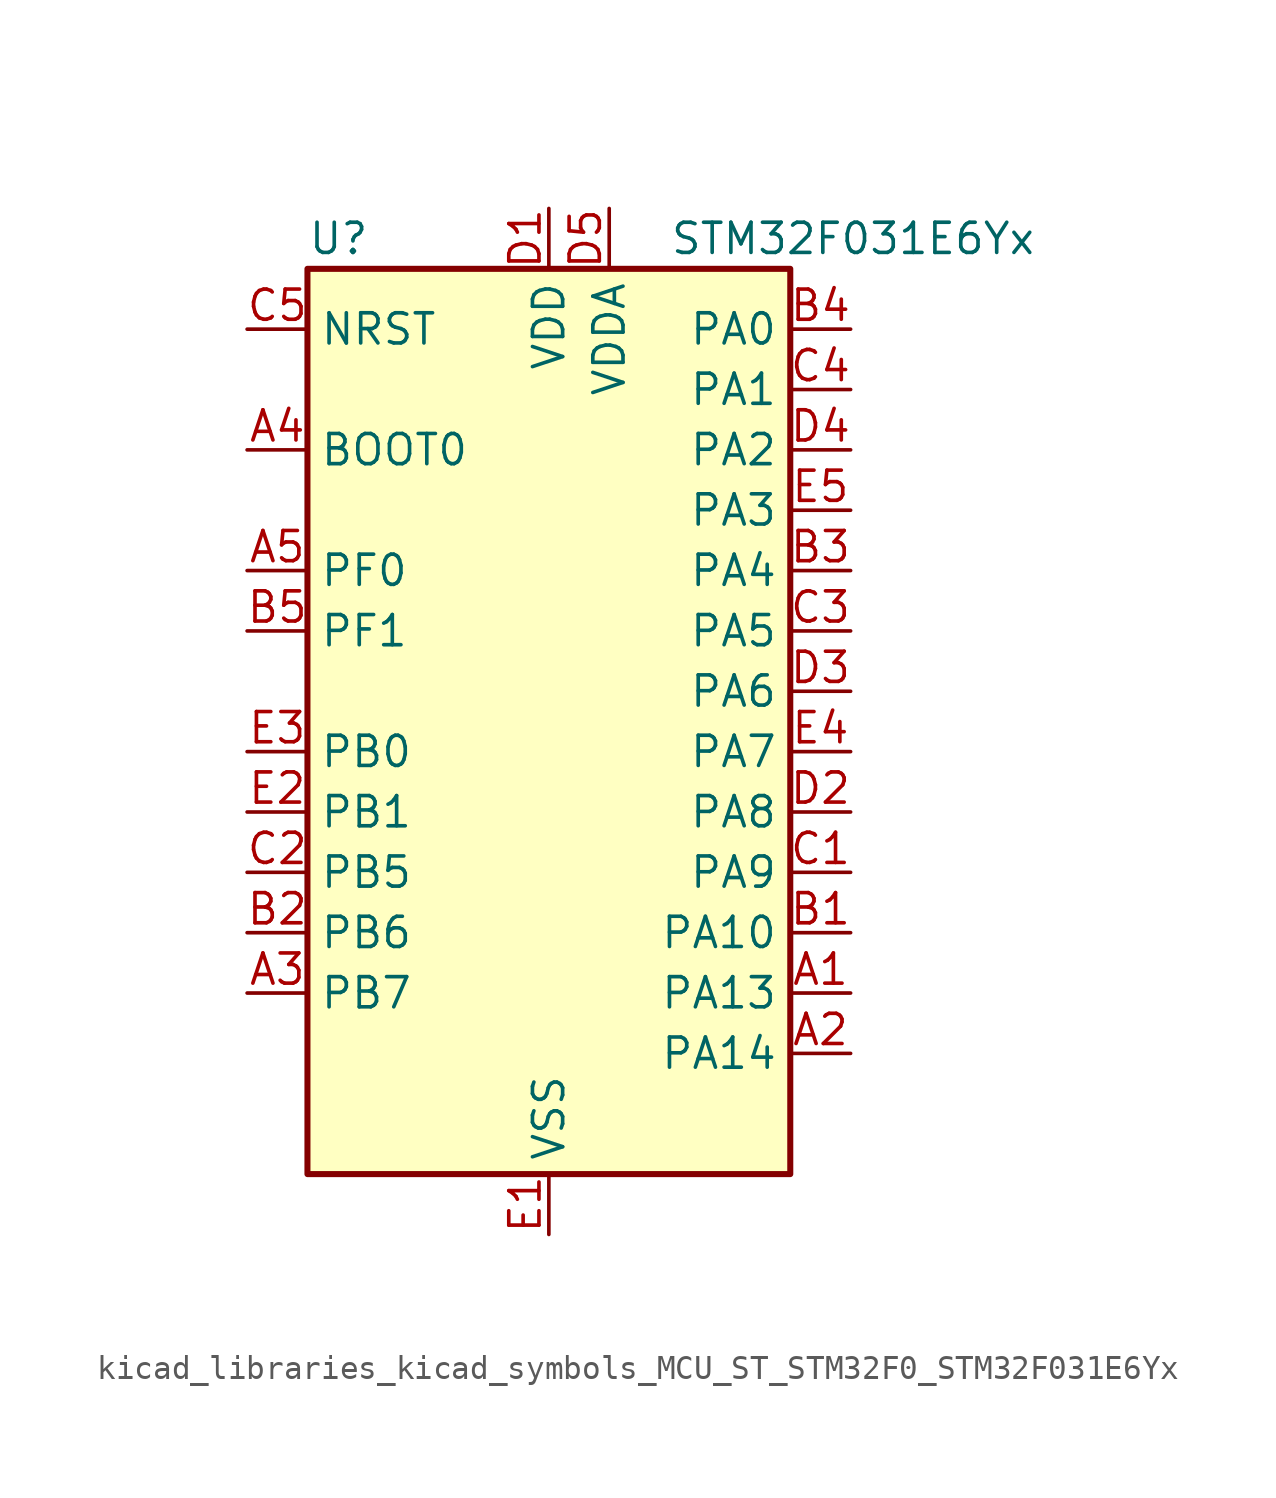
<source format=kicad_sym>
(kicad_symbol_lib
  (version 20220914)
  (generator kicad_symbol_editor)
  (symbol "kicad_libraries_kicad_symbols_MCU_ST_STM32F0_STM32F031E6Yx"
    (property "Reference" "U"
      (at -10.16 21.59 0)
      (effects (font (size 1.27 1.27)) (justify left)))
    (property "Value" "STM32F031E6Yx"
      (at 5.08 21.59 0)
      (effects (font (size 1.27 1.27)) (justify left)))
    (property "ki_locked" ""
      (at 0 0 0)
      (effects (font (size 1.27 1.27))))
    (symbol "kicad_libraries_kicad_symbols_MCU_ST_STM32F0_STM32F031E6Yx_0_1"
      (rectangle (start -10.16 -17.78) (end 10.16 20.32) (stroke (width 0.254) (type default)) (fill (type background))))
    (symbol "kicad_libraries_kicad_symbols_MCU_ST_STM32F0_STM32F031E6Yx_1_1"
      (pin bidirectional line (at 12.7 -10.16 180) (length 2.54) (name "PA13" (effects (font (size 1.27 1.27)))) (number "A1" (effects (font (size 1.27 1.27)))) (alternate "IR_OUT" bidirectional line) (alternate "SYS_SWDIO" bidirectional line))
      (pin bidirectional line (at 12.7 -12.7 180) (length 2.54) (name "PA14" (effects (font (size 1.27 1.27)))) (number "A2" (effects (font (size 1.27 1.27)))) (alternate "SYS_SWCLK" bidirectional line) (alternate "USART1_TX" bidirectional line))
      (pin bidirectional line (at -12.7 -10.16 0) (length 2.54) (name "PB7" (effects (font (size 1.27 1.27)))) (number "A3" (effects (font (size 1.27 1.27)))) (alternate "I2C1_SDA" bidirectional line) (alternate "TIM17_CH1N" bidirectional line) (alternate "USART1_RX" bidirectional line))
      (pin input line (at -12.7 12.7 0) (length 2.54) (name "BOOT0" (effects (font (size 1.27 1.27)))) (number "A4" (effects (font (size 1.27 1.27)))))
      (pin bidirectional line (at -12.7 7.62 0) (length 2.54) (name "PF0" (effects (font (size 1.27 1.27)))) (number "A5" (effects (font (size 1.27 1.27)))) (alternate "RCC_OSC_IN" bidirectional line))
      (pin bidirectional line (at 12.7 -7.62 180) (length 2.54) (name "PA10" (effects (font (size 1.27 1.27)))) (number "B1" (effects (font (size 1.27 1.27)))) (alternate "I2C1_SDA" bidirectional line) (alternate "TIM17_BKIN" bidirectional line) (alternate "TIM1_CH3" bidirectional line) (alternate "USART1_RX" bidirectional line))
      (pin bidirectional line (at -12.7 -7.62 0) (length 2.54) (name "PB6" (effects (font (size 1.27 1.27)))) (number "B2" (effects (font (size 1.27 1.27)))) (alternate "I2C1_SCL" bidirectional line) (alternate "TIM16_CH1N" bidirectional line) (alternate "USART1_TX" bidirectional line))
      (pin bidirectional line (at 12.7 7.62 180) (length 2.54) (name "PA4" (effects (font (size 1.27 1.27)))) (number "B3" (effects (font (size 1.27 1.27)))) (alternate "ADC_IN4" bidirectional line) (alternate "I2S1_WS" bidirectional line) (alternate "SPI1_NSS" bidirectional line) (alternate "TIM14_CH1" bidirectional line) (alternate "USART1_CK" bidirectional line))
      (pin bidirectional line (at 12.7 17.78 180) (length 2.54) (name "PA0" (effects (font (size 1.27 1.27)))) (number "B4" (effects (font (size 1.27 1.27)))) (alternate "ADC_IN0" bidirectional line) (alternate "RTC_TAMP2" bidirectional line) (alternate "SYS_WKUP1" bidirectional line) (alternate "TIM2_CH1" bidirectional line) (alternate "TIM2_ETR" bidirectional line) (alternate "USART1_CTS" bidirectional line))
      (pin bidirectional line (at -12.7 5.08 0) (length 2.54) (name "PF1" (effects (font (size 1.27 1.27)))) (number "B5" (effects (font (size 1.27 1.27)))) (alternate "RCC_OSC_OUT" bidirectional line))
      (pin bidirectional line (at 12.7 -5.08 180) (length 2.54) (name "PA9" (effects (font (size 1.27 1.27)))) (number "C1" (effects (font (size 1.27 1.27)))) (alternate "I2C1_SCL" bidirectional line) (alternate "TIM1_CH2" bidirectional line) (alternate "USART1_TX" bidirectional line))
      (pin bidirectional line (at -12.7 -5.08 0) (length 2.54) (name "PB5" (effects (font (size 1.27 1.27)))) (number "C2" (effects (font (size 1.27 1.27)))) (alternate "I2C1_SMBA" bidirectional line) (alternate "I2S1_SD" bidirectional line) (alternate "SPI1_MOSI" bidirectional line) (alternate "TIM16_BKIN" bidirectional line) (alternate "TIM3_CH2" bidirectional line))
      (pin bidirectional line (at 12.7 5.08 180) (length 2.54) (name "PA5" (effects (font (size 1.27 1.27)))) (number "C3" (effects (font (size 1.27 1.27)))) (alternate "ADC_IN5" bidirectional line) (alternate "I2S1_CK" bidirectional line) (alternate "SPI1_SCK" bidirectional line) (alternate "TIM2_CH1" bidirectional line) (alternate "TIM2_ETR" bidirectional line))
      (pin bidirectional line (at 12.7 15.24 180) (length 2.54) (name "PA1" (effects (font (size 1.27 1.27)))) (number "C4" (effects (font (size 1.27 1.27)))) (alternate "ADC_IN1" bidirectional line) (alternate "TIM2_CH2" bidirectional line) (alternate "USART1_DE" bidirectional line) (alternate "USART1_RTS" bidirectional line))
      (pin input line (at -12.7 17.78 0) (length 2.54) (name "NRST" (effects (font (size 1.27 1.27)))) (number "C5" (effects (font (size 1.27 1.27)))))
      (pin power_in line (at 0 22.86 270) (length 2.54) (name "VDD" (effects (font (size 1.27 1.27)))) (number "D1" (effects (font (size 1.27 1.27)))))
      (pin bidirectional line (at 12.7 -2.54 180) (length 2.54) (name "PA8" (effects (font (size 1.27 1.27)))) (number "D2" (effects (font (size 1.27 1.27)))) (alternate "RCC_MCO" bidirectional line) (alternate "TIM1_CH1" bidirectional line) (alternate "USART1_CK" bidirectional line))
      (pin bidirectional line (at 12.7 2.54 180) (length 2.54) (name "PA6" (effects (font (size 1.27 1.27)))) (number "D3" (effects (font (size 1.27 1.27)))) (alternate "ADC_IN6" bidirectional line) (alternate "I2S1_MCK" bidirectional line) (alternate "SPI1_MISO" bidirectional line) (alternate "TIM16_CH1" bidirectional line) (alternate "TIM1_BKIN" bidirectional line) (alternate "TIM3_CH1" bidirectional line))
      (pin bidirectional line (at 12.7 12.7 180) (length 2.54) (name "PA2" (effects (font (size 1.27 1.27)))) (number "D4" (effects (font (size 1.27 1.27)))) (alternate "ADC_IN2" bidirectional line) (alternate "TIM2_CH3" bidirectional line) (alternate "USART1_TX" bidirectional line))
      (pin power_in line (at 2.54 22.86 270) (length 2.54) (name "VDDA" (effects (font (size 1.27 1.27)))) (number "D5" (effects (font (size 1.27 1.27)))))
      (pin power_in line (at 0 -20.32 90) (length 2.54) (name "VSS" (effects (font (size 1.27 1.27)))) (number "E1" (effects (font (size 1.27 1.27)))))
      (pin bidirectional line (at -12.7 -2.54 0) (length 2.54) (name "PB1" (effects (font (size 1.27 1.27)))) (number "E2" (effects (font (size 1.27 1.27)))) (alternate "ADC_IN9" bidirectional line) (alternate "TIM14_CH1" bidirectional line) (alternate "TIM1_CH3N" bidirectional line) (alternate "TIM3_CH4" bidirectional line))
      (pin bidirectional line (at -12.7 0 0) (length 2.54) (name "PB0" (effects (font (size 1.27 1.27)))) (number "E3" (effects (font (size 1.27 1.27)))) (alternate "ADC_IN8" bidirectional line) (alternate "TIM1_CH2N" bidirectional line) (alternate "TIM3_CH3" bidirectional line))
      (pin bidirectional line (at 12.7 0 180) (length 2.54) (name "PA7" (effects (font (size 1.27 1.27)))) (number "E4" (effects (font (size 1.27 1.27)))) (alternate "ADC_IN7" bidirectional line) (alternate "I2S1_SD" bidirectional line) (alternate "SPI1_MOSI" bidirectional line) (alternate "TIM14_CH1" bidirectional line) (alternate "TIM17_CH1" bidirectional line) (alternate "TIM1_CH1N" bidirectional line) (alternate "TIM3_CH2" bidirectional line))
      (pin bidirectional line (at 12.7 10.16 180) (length 2.54) (name "PA3" (effects (font (size 1.27 1.27)))) (number "E5" (effects (font (size 1.27 1.27)))) (alternate "ADC_IN3" bidirectional line) (alternate "TIM2_CH4" bidirectional line) (alternate "USART1_RX" bidirectional line)))))
</source>
